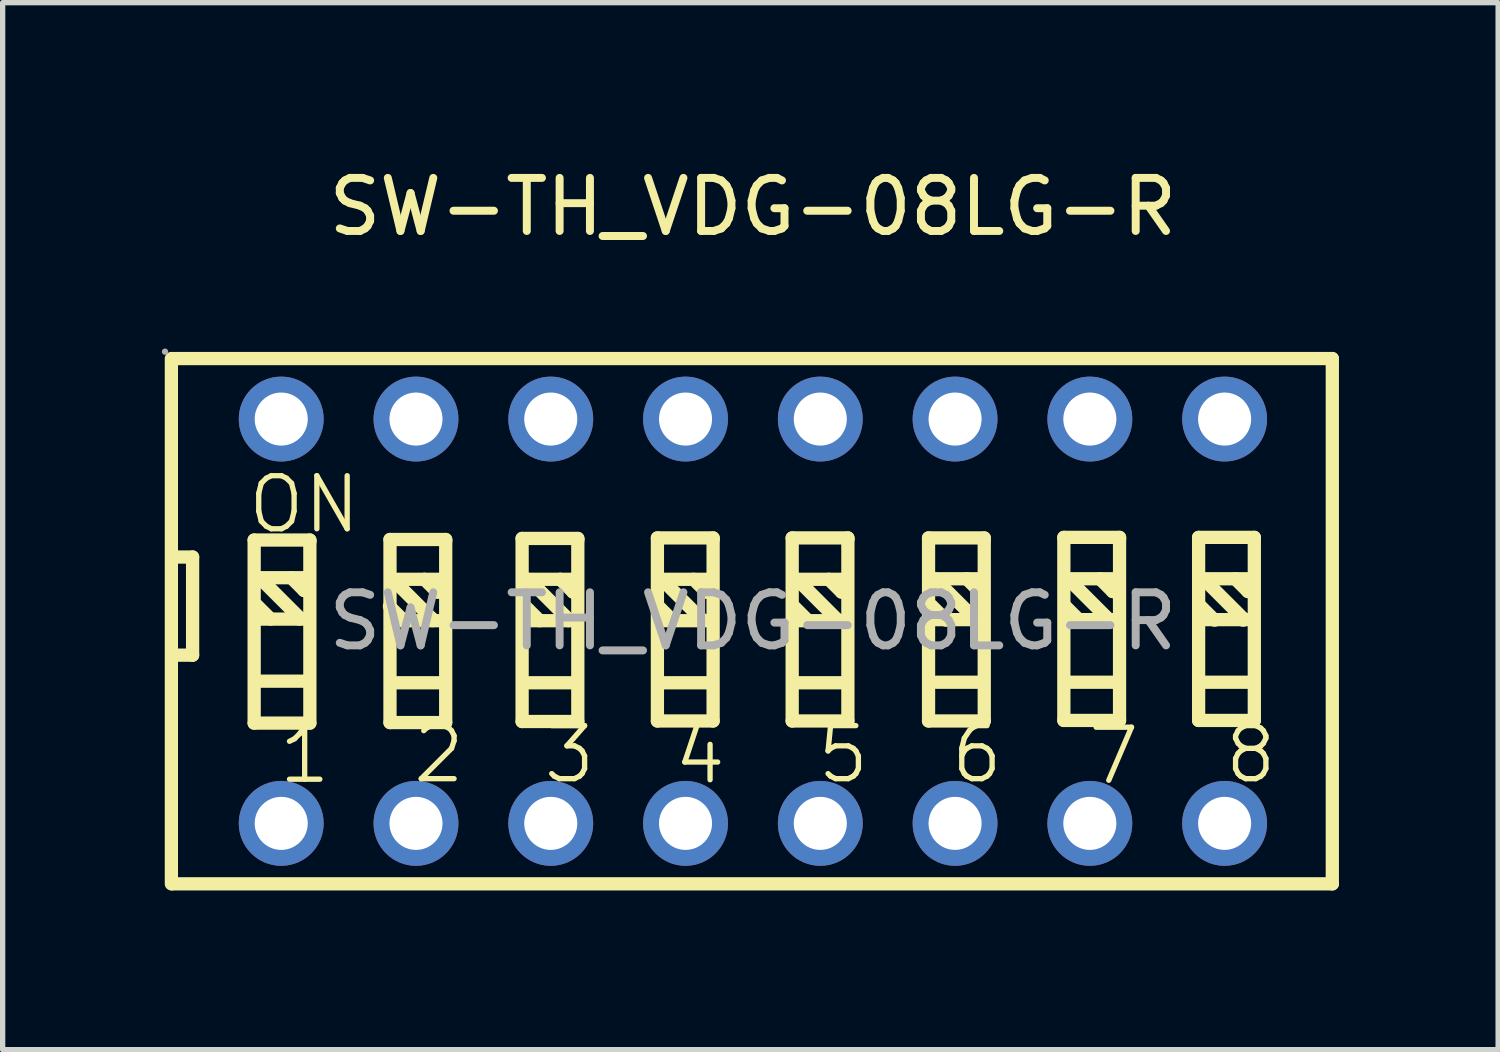
<source format=kicad_pcb>
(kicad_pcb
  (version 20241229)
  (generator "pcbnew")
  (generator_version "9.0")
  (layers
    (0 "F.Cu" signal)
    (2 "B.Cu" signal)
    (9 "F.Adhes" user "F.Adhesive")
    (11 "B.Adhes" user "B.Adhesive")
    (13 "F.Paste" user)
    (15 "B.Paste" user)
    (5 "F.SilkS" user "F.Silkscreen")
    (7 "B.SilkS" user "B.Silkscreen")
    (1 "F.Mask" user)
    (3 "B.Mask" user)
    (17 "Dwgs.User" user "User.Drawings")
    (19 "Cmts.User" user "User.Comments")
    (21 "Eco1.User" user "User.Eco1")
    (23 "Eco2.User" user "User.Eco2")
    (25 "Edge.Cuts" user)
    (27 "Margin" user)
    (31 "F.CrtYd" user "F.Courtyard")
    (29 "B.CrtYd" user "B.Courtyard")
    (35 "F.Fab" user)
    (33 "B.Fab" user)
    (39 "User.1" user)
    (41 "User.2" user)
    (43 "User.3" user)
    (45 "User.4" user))
  (footprint "SW-TH_VDG-08LG-R"
    (layer "F.Cu")
    (at 11.14 8.658)
    (property "Reference" "SW-TH_VDG-08LG-R" (at 0 -7.81 0) (layer "F.SilkS") (effects (font (size 1 1) (thickness 0.15))))
    (attr through_hole)
    (fp_line (start -10.96 -4.95) (end -10.96 4.95) (stroke (width 0.25) (type solid)) (layer "F.SilkS"))
    (fp_line (start -10.94 -4.95) (end 10.92 -4.95) (stroke (width 0.25) (type solid)) (layer "F.SilkS"))
    (fp_line (start -10.94 4.95) (end 10.92 4.95) (stroke (width 0.25) (type solid)) (layer "F.SilkS"))
    (fp_line (start -10.86 -1.21) (end -10.56 -1.21) (stroke (width 0.25) (type solid)) (layer "F.SilkS"))
    (fp_line (start -10.56 -1.21) (end -10.56 0.64) (stroke (width 0.25) (type solid)) (layer "F.SilkS"))
    (fp_line (start -10.56 0.64) (end -10.84 0.64) (stroke (width 0.25) (type solid)) (layer "F.SilkS"))
    (fp_line (start -9.4 -1.53) (end -9.4 1.92) (stroke (width 0.25) (type solid)) (layer "F.SilkS"))
    (fp_line (start -9.4 1.92) (end -8.35 1.92) (stroke (width 0.25) (type solid)) (layer "F.SilkS"))
    (fp_line (start -9.3 -0.82) (end -8.55 -0.07) (stroke (width 0.25) (type solid)) (layer "F.SilkS"))
    (fp_line (start -9.29 -0.04) (end -8.42 -0.04) (stroke (width 0.25) (type solid)) (layer "F.SilkS"))
    (fp_line (start -9.27 -0.82) (end -8.4 -0.82) (stroke (width 0.25) (type solid)) (layer "F.SilkS"))
    (fp_line (start -9.27 1.13) (end -8.4 1.13) (stroke (width 0.25) (type solid)) (layer "F.SilkS"))
    (fp_line (start -9.09 -0.04) (end -9.36 -0.31) (stroke (width 0.25) (type solid)) (layer "F.SilkS"))
    (fp_line (start -8.7 -0.82) (end -8.46 -0.58) (stroke (width 0.25) (type solid)) (layer "F.SilkS"))
    (fp_line (start -8.55 -0.07) (end -8.55 -0.04) (stroke (width 0.25) (type solid)) (layer "F.SilkS"))
    (fp_line (start -8.46 -0.58) (end -8.43 -0.58) (stroke (width 0.25) (type solid)) (layer "F.SilkS"))
    (fp_line (start -8.35 -1.53) (end -9.4 -1.53) (stroke (width 0.25) (type solid)) (layer "F.SilkS"))
    (fp_line (start -8.35 -1.5) (end -8.35 -1.53) (stroke (width 0.25) (type solid)) (layer "F.SilkS"))
    (fp_line (start -8.35 1.92) (end -8.35 -1.5) (stroke (width 0.25) (type solid)) (layer "F.SilkS"))
    (fp_line (start -6.84 -1.54) (end -6.84 1.91) (stroke (width 0.25) (type solid)) (layer "F.SilkS"))
    (fp_line (start -6.84 1.91) (end -5.79 1.91) (stroke (width 0.25) (type solid)) (layer "F.SilkS"))
    (fp_line (start -6.79 -0.79) (end -6.04 -0.04) (stroke (width 0.25) (type solid)) (layer "F.SilkS"))
    (fp_line (start -6.78 -0.01) (end -5.91 -0.01) (stroke (width 0.25) (type solid)) (layer "F.SilkS"))
    (fp_line (start -6.76 -0.79) (end -5.89 -0.79) (stroke (width 0.25) (type solid)) (layer "F.SilkS"))
    (fp_line (start -6.76 1.16) (end -5.89 1.16) (stroke (width 0.25) (type solid)) (layer "F.SilkS"))
    (fp_line (start -6.58 -0.01) (end -6.85 -0.28) (stroke (width 0.25) (type solid)) (layer "F.SilkS"))
    (fp_line (start -6.19 -0.79) (end -5.95 -0.55) (stroke (width 0.25) (type solid)) (layer "F.SilkS"))
    (fp_line (start -6.04 -0.04) (end -6.04 -0.01) (stroke (width 0.25) (type solid)) (layer "F.SilkS"))
    (fp_line (start -5.95 -0.55) (end -5.92 -0.55) (stroke (width 0.25) (type solid)) (layer "F.SilkS"))
    (fp_line (start -5.79 -1.54) (end -6.84 -1.54) (stroke (width 0.25) (type solid)) (layer "F.SilkS"))
    (fp_line (start -5.79 -1.51) (end -5.79 -1.54) (stroke (width 0.25) (type solid)) (layer "F.SilkS"))
    (fp_line (start -5.79 1.91) (end -5.79 -1.51) (stroke (width 0.25) (type solid)) (layer "F.SilkS"))
    (fp_line (start -4.35 -1.56) (end -4.35 1.89) (stroke (width 0.25) (type solid)) (layer "F.SilkS"))
    (fp_line (start -4.35 1.89) (end -3.3 1.89) (stroke (width 0.25) (type solid)) (layer "F.SilkS"))
    (fp_line (start -4.23 -0.79) (end -3.48 -0.04) (stroke (width 0.25) (type solid)) (layer "F.SilkS"))
    (fp_line (start -4.22 -0.01) (end -3.35 -0.01) (stroke (width 0.25) (type solid)) (layer "F.SilkS"))
    (fp_line (start -4.2 -0.79) (end -3.33 -0.79) (stroke (width 0.25) (type solid)) (layer "F.SilkS"))
    (fp_line (start -4.2 1.16) (end -3.33 1.16) (stroke (width 0.25) (type solid)) (layer "F.SilkS"))
    (fp_line (start -4.02 -0.01) (end -4.29 -0.28) (stroke (width 0.25) (type solid)) (layer "F.SilkS"))
    (fp_line (start -3.63 -0.79) (end -3.39 -0.55) (stroke (width 0.25) (type solid)) (layer "F.SilkS"))
    (fp_line (start -3.48 -0.04) (end -3.48 -0.01) (stroke (width 0.25) (type solid)) (layer "F.SilkS"))
    (fp_line (start -3.39 -0.55) (end -3.36 -0.55) (stroke (width 0.25) (type solid)) (layer "F.SilkS"))
    (fp_line (start -3.3 -1.56) (end -4.35 -1.56) (stroke (width 0.25) (type solid)) (layer "F.SilkS"))
    (fp_line (start -3.3 -1.53) (end -3.3 -1.56) (stroke (width 0.25) (type solid)) (layer "F.SilkS"))
    (fp_line (start -3.3 1.89) (end -3.3 -1.53) (stroke (width 0.25) (type solid)) (layer "F.SilkS"))
    (fp_line (start -1.8 -1.57) (end -1.8 1.88) (stroke (width 0.25) (type solid)) (layer "F.SilkS"))
    (fp_line (start -1.8 1.88) (end -0.75 1.88) (stroke (width 0.25) (type solid)) (layer "F.SilkS"))
    (fp_line (start -1.72 -0.79) (end -0.97 -0.04) (stroke (width 0.25) (type solid)) (layer "F.SilkS"))
    (fp_line (start -1.71 -0.01) (end -0.84 -0.01) (stroke (width 0.25) (type solid)) (layer "F.SilkS"))
    (fp_line (start -1.69 -0.79) (end -0.82 -0.79) (stroke (width 0.25) (type solid)) (layer "F.SilkS"))
    (fp_line (start -1.69 1.16) (end -0.82 1.16) (stroke (width 0.25) (type solid)) (layer "F.SilkS"))
    (fp_line (start -1.51 -0.01) (end -1.78 -0.28) (stroke (width 0.25) (type solid)) (layer "F.SilkS"))
    (fp_line (start -1.12 -0.79) (end -0.88 -0.55) (stroke (width 0.25) (type solid)) (layer "F.SilkS"))
    (fp_line (start -0.97 -0.04) (end -0.97 -0.01) (stroke (width 0.25) (type solid)) (layer "F.SilkS"))
    (fp_line (start -0.88 -0.55) (end -0.85 -0.55) (stroke (width 0.25) (type solid)) (layer "F.SilkS"))
    (fp_line (start -0.75 -1.57) (end -1.8 -1.57) (stroke (width 0.25) (type solid)) (layer "F.SilkS"))
    (fp_line (start -0.75 -1.54) (end -0.75 -1.57) (stroke (width 0.25) (type solid)) (layer "F.SilkS"))
    (fp_line (start -0.75 1.88) (end -0.75 -1.54) (stroke (width 0.25) (type solid)) (layer "F.SilkS"))
    (fp_line (start 0.74 -1.57) (end 0.74 1.88) (stroke (width 0.25) (type solid)) (layer "F.SilkS"))
    (fp_line (start 0.74 1.88) (end 1.79 1.88) (stroke (width 0.25) (type solid)) (layer "F.SilkS"))
    (fp_line (start 0.83 -0.79) (end 1.58 -0.04) (stroke (width 0.25) (type solid)) (layer "F.SilkS"))
    (fp_line (start 0.84 -0.01) (end 1.71 -0.01) (stroke (width 0.25) (type solid)) (layer "F.SilkS"))
    (fp_line (start 0.86 -0.79) (end 1.73 -0.79) (stroke (width 0.25) (type solid)) (layer "F.SilkS"))
    (fp_line (start 0.86 1.16) (end 1.73 1.16) (stroke (width 0.25) (type solid)) (layer "F.SilkS"))
    (fp_line (start 1.04 -0.01) (end 0.77 -0.28) (stroke (width 0.25) (type solid)) (layer "F.SilkS"))
    (fp_line (start 1.43 -0.79) (end 1.67 -0.55) (stroke (width 0.25) (type solid)) (layer "F.SilkS"))
    (fp_line (start 1.58 -0.04) (end 1.58 -0.01) (stroke (width 0.25) (type solid)) (layer "F.SilkS"))
    (fp_line (start 1.67 -0.55) (end 1.7 -0.55) (stroke (width 0.25) (type solid)) (layer "F.SilkS"))
    (fp_line (start 1.79 -1.57) (end 0.74 -1.57) (stroke (width 0.25) (type solid)) (layer "F.SilkS"))
    (fp_line (start 1.79 -1.54) (end 1.79 -1.57) (stroke (width 0.25) (type solid)) (layer "F.SilkS"))
    (fp_line (start 1.79 1.88) (end 1.79 -1.54) (stroke (width 0.25) (type solid)) (layer "F.SilkS"))
    (fp_line (start 3.31 -1.57) (end 3.31 1.88) (stroke (width 0.25) (type solid)) (layer "F.SilkS"))
    (fp_line (start 3.31 1.88) (end 4.36 1.88) (stroke (width 0.25) (type solid)) (layer "F.SilkS"))
    (fp_line (start 3.43 -0.8) (end 4.18 -0.05) (stroke (width 0.25) (type solid)) (layer "F.SilkS"))
    (fp_line (start 3.44 -0.03) (end 4.31 -0.03) (stroke (width 0.25) (type solid)) (layer "F.SilkS"))
    (fp_line (start 3.46 -0.8) (end 4.33 -0.8) (stroke (width 0.25) (type solid)) (layer "F.SilkS"))
    (fp_line (start 3.46 1.15) (end 4.33 1.15) (stroke (width 0.25) (type solid)) (layer "F.SilkS"))
    (fp_line (start 3.64 -0.02) (end 3.37 -0.29) (stroke (width 0.25) (type solid)) (layer "F.SilkS"))
    (fp_line (start 4.03 -0.8) (end 4.27 -0.56) (stroke (width 0.25) (type solid)) (layer "F.SilkS"))
    (fp_line (start 4.18 -0.05) (end 4.18 -0.02) (stroke (width 0.25) (type solid)) (layer "F.SilkS"))
    (fp_line (start 4.27 -0.56) (end 4.3 -0.56) (stroke (width 0.25) (type solid)) (layer "F.SilkS"))
    (fp_line (start 4.36 -1.57) (end 3.31 -1.57) (stroke (width 0.25) (type solid)) (layer "F.SilkS"))
    (fp_line (start 4.36 -1.54) (end 4.36 -1.57) (stroke (width 0.25) (type solid)) (layer "F.SilkS"))
    (fp_line (start 4.36 1.88) (end 4.36 -1.54) (stroke (width 0.25) (type solid)) (layer "F.SilkS"))
    (fp_line (start 5.86 -1.58) (end 5.86 1.87) (stroke (width 0.25) (type solid)) (layer "F.SilkS"))
    (fp_line (start 5.86 1.87) (end 6.91 1.87) (stroke (width 0.25) (type solid)) (layer "F.SilkS"))
    (fp_line (start 5.94 -0.8) (end 6.69 -0.05) (stroke (width 0.25) (type solid)) (layer "F.SilkS"))
    (fp_line (start 5.95 -0.03) (end 6.82 -0.03) (stroke (width 0.25) (type solid)) (layer "F.SilkS"))
    (fp_line (start 5.97 -0.8) (end 6.84 -0.8) (stroke (width 0.25) (type solid)) (layer "F.SilkS"))
    (fp_line (start 5.97 1.15) (end 6.84 1.15) (stroke (width 0.25) (type solid)) (layer "F.SilkS"))
    (fp_line (start 6.15 -0.02) (end 5.88 -0.29) (stroke (width 0.25) (type solid)) (layer "F.SilkS"))
    (fp_line (start 6.54 -0.8) (end 6.78 -0.56) (stroke (width 0.25) (type solid)) (layer "F.SilkS"))
    (fp_line (start 6.69 -0.05) (end 6.69 -0.02) (stroke (width 0.25) (type solid)) (layer "F.SilkS"))
    (fp_line (start 6.78 -0.56) (end 6.81 -0.56) (stroke (width 0.25) (type solid)) (layer "F.SilkS"))
    (fp_line (start 6.91 -1.58) (end 5.86 -1.58) (stroke (width 0.25) (type solid)) (layer "F.SilkS"))
    (fp_line (start 6.91 -1.55) (end 6.91 -1.58) (stroke (width 0.25) (type solid)) (layer "F.SilkS"))
    (fp_line (start 6.91 1.87) (end 6.91 -1.55) (stroke (width 0.25) (type solid)) (layer "F.SilkS"))
    (fp_line (start 8.4 -1.58) (end 8.4 1.87) (stroke (width 0.25) (type solid)) (layer "F.SilkS"))
    (fp_line (start 8.4 1.87) (end 9.45 1.87) (stroke (width 0.25) (type solid)) (layer "F.SilkS"))
    (fp_line (start 8.49 -0.8) (end 9.24 -0.05) (stroke (width 0.25) (type solid)) (layer "F.SilkS"))
    (fp_line (start 8.5 -0.03) (end 9.37 -0.03) (stroke (width 0.25) (type solid)) (layer "F.SilkS"))
    (fp_line (start 8.52 -0.8) (end 9.39 -0.8) (stroke (width 0.25) (type solid)) (layer "F.SilkS"))
    (fp_line (start 8.52 1.15) (end 9.39 1.15) (stroke (width 0.25) (type solid)) (layer "F.SilkS"))
    (fp_line (start 8.7 -0.02) (end 8.43 -0.29) (stroke (width 0.25) (type solid)) (layer "F.SilkS"))
    (fp_line (start 9.09 -0.8) (end 9.33 -0.56) (stroke (width 0.25) (type solid)) (layer "F.SilkS"))
    (fp_line (start 9.24 -0.05) (end 9.24 -0.02) (stroke (width 0.25) (type solid)) (layer "F.SilkS"))
    (fp_line (start 9.33 -0.56) (end 9.36 -0.56) (stroke (width 0.25) (type solid)) (layer "F.SilkS"))
    (fp_line (start 9.45 -1.58) (end 8.4 -1.58) (stroke (width 0.25) (type solid)) (layer "F.SilkS"))
    (fp_line (start 9.45 -1.55) (end 9.45 -1.58) (stroke (width 0.25) (type solid)) (layer "F.SilkS"))
    (fp_line (start 9.45 1.87) (end 9.45 -1.55) (stroke (width 0.25) (type solid)) (layer "F.SilkS"))
    (fp_line (start 10.92 -4.95) (end 10.92 4.95) (stroke (width 0.25) (type solid)) (layer "F.SilkS"))
    (fp_circle (center -11.08 -5.08) (end -11.05 -5.08) (stroke (width 0.06) (type solid)) (fill no) (layer "F.Fab"))
    (fp_circle (center -8.89 -3.81) (end -8.69 -3.81) (stroke (width 0.4) (type solid)) (fill no) (layer "F.Fab"))
    (fp_circle (center -8.89 3.81) (end -8.69 3.81) (stroke (width 0.4) (type solid)) (fill no) (layer "F.Fab"))
    (fp_circle (center -6.35 -3.81) (end -6.15 -3.81) (stroke (width 0.4) (type solid)) (fill no) (layer "F.Fab"))
    (fp_circle (center -6.35 3.81) (end -6.15 3.81) (stroke (width 0.4) (type solid)) (fill no) (layer "F.Fab"))
    (fp_circle (center -3.81 -3.81) (end -3.61 -3.81) (stroke (width 0.4) (type solid)) (fill no) (layer "F.Fab"))
    (fp_circle (center -3.81 3.81) (end -3.61 3.81) (stroke (width 0.4) (type solid)) (fill no) (layer "F.Fab"))
    (fp_circle (center -1.27 -3.81) (end -1.07 -3.81) (stroke (width 0.4) (type solid)) (fill no) (layer "F.Fab"))
    (fp_circle (center -1.27 3.81) (end -1.07 3.81) (stroke (width 0.4) (type solid)) (fill no) (layer "F.Fab"))
    (fp_circle (center 1.27 -3.81) (end 1.47 -3.81) (stroke (width 0.4) (type solid)) (fill no) (layer "F.Fab"))
    (fp_circle (center 1.27 3.81) (end 1.47 3.81) (stroke (width 0.4) (type solid)) (fill no) (layer "F.Fab"))
    (fp_circle (center 3.81 -3.81) (end 4.01 -3.81) (stroke (width 0.4) (type solid)) (fill no) (layer "F.Fab"))
    (fp_circle (center 3.81 3.81) (end 4.01 3.81) (stroke (width 0.4) (type solid)) (fill no) (layer "F.Fab"))
    (fp_circle (center 6.35 -3.81) (end 6.55 -3.81) (stroke (width 0.4) (type solid)) (fill no) (layer "F.Fab"))
    (fp_circle (center 6.35 3.81) (end 6.55 3.81) (stroke (width 0.4) (type solid)) (fill no) (layer "F.Fab"))
    (fp_circle (center 8.89 -3.81) (end 9.09 -3.81) (stroke (width 0.4) (type solid)) (fill no) (layer "F.Fab"))
    (fp_circle (center 8.89 3.81) (end 9.09 3.81) (stroke (width 0.4) (type solid)) (fill no) (layer "F.Fab"))
    (fp_text user "2" (at -6.46 2.51 0) (layer "F.SilkS") (effects (font (size 1 1) (thickness 0.1)) (justify left)))
    (fp_text user "4" (at -1.54 2.53 0) (layer "F.SilkS") (effects (font (size 1 1) (thickness 0.1)) (justify left)))
    (fp_text user "1" (at -8.99 2.52 0) (layer "F.SilkS") (effects (font (size 1 1) (thickness 0.1)) (justify left)))
    (fp_text user "5" (at 1.16 2.51 0) (layer "F.SilkS") (effects (font (size 1 1) (thickness 0.1)) (justify left)))
    (fp_text user "3" (at -4 2.51 0) (layer "F.SilkS") (effects (font (size 1 1) (thickness 0.1)) (justify left)))
    (fp_text user "6" (at 3.68 2.51 0) (layer "F.SilkS") (effects (font (size 1 1) (thickness 0.1)) (justify left)))
    (fp_text user "8" (at 8.84 2.51 0) (layer "F.SilkS") (effects (font (size 1 1) (thickness 0.1)) (justify left)))
    (fp_text user "7" (at 6.26 2.54 0) (layer "F.SilkS") (effects (font (size 1 1) (thickness 0.1)) (justify left)))
    (fp_text user "ON" (at -9.57 -2.2 0) (layer "F.SilkS") (effects (font (size 1 1) (thickness 0.1)) (justify left)))
    (fp_text user "${REFERENCE}" (at 0 0 0) (layer "F.Fab") (effects (font (size 1 1) (thickness 0.15))))
    (pad "1" thru_hole circle (at -8.89 -3.81 180) (size 1.6 1.6) (drill 1) (layers "*.Cu" "*.Paste" "*.Mask"))
    (pad "2" thru_hole circle (at -6.35 -3.81 180) (size 1.6 1.6) (drill 1) (layers "*.Cu" "*.Paste" "*.Mask"))
    (pad "3" thru_hole circle (at -3.81 -3.81 180) (size 1.6 1.6) (drill 1) (layers "*.Cu" "*.Paste" "*.Mask"))
    (pad "4" thru_hole circle (at -1.27 -3.81 180) (size 1.6 1.6) (drill 1) (layers "*.Cu" "*.Paste" "*.Mask"))
    (pad "5" thru_hole circle (at 1.27 -3.81 180) (size 1.6 1.6) (drill 1) (layers "*.Cu" "*.Paste" "*.Mask"))
    (pad "6" thru_hole circle (at 3.81 -3.81 180) (size 1.6 1.6) (drill 1) (layers "*.Cu" "*.Paste" "*.Mask"))
    (pad "7" thru_hole circle (at 6.35 -3.81 180) (size 1.6 1.6) (drill 1) (layers "*.Cu" "*.Paste" "*.Mask"))
    (pad "8" thru_hole circle (at 8.89 -3.81 180) (size 1.6 1.6) (drill 1) (layers "*.Cu" "*.Paste" "*.Mask"))
    (pad "9" thru_hole circle (at 8.89 3.81 180) (size 1.6 1.6) (drill 1) (layers "*.Cu" "*.Paste" "*.Mask"))
    (pad "10" thru_hole circle (at 6.35 3.81 180) (size 1.6 1.6) (drill 1) (layers "*.Cu" "*.Paste" "*.Mask"))
    (pad "11" thru_hole circle (at 3.81 3.81 180) (size 1.6 1.6) (drill 1) (layers "*.Cu" "*.Paste" "*.Mask"))
    (pad "12" thru_hole circle (at 1.27 3.81 180) (size 1.6 1.6) (drill 1) (layers "*.Cu" "*.Paste" "*.Mask"))
    (pad "13" thru_hole circle (at -1.27 3.81 180) (size 1.6 1.6) (drill 1) (layers "*.Cu" "*.Paste" "*.Mask"))
    (pad "14" thru_hole circle (at -3.81 3.81 180) (size 1.6 1.6) (drill 1) (layers "*.Cu" "*.Paste" "*.Mask"))
    (pad "15" thru_hole circle (at -6.35 3.81 180) (size 1.6 1.6) (drill 1) (layers "*.Cu" "*.Paste" "*.Mask"))
    (pad "16" thru_hole circle (at -8.89 3.81 180) (size 1.6 1.6) (drill 1) (layers "*.Cu" "*.Paste" "*.Mask")))
  (gr_rect
    (start -3 -3)
    (end 25.185 16.733)
    (stroke (width 0.1) (type default))
    (fill no)
    (layer "Edge.Cuts")))
</source>
